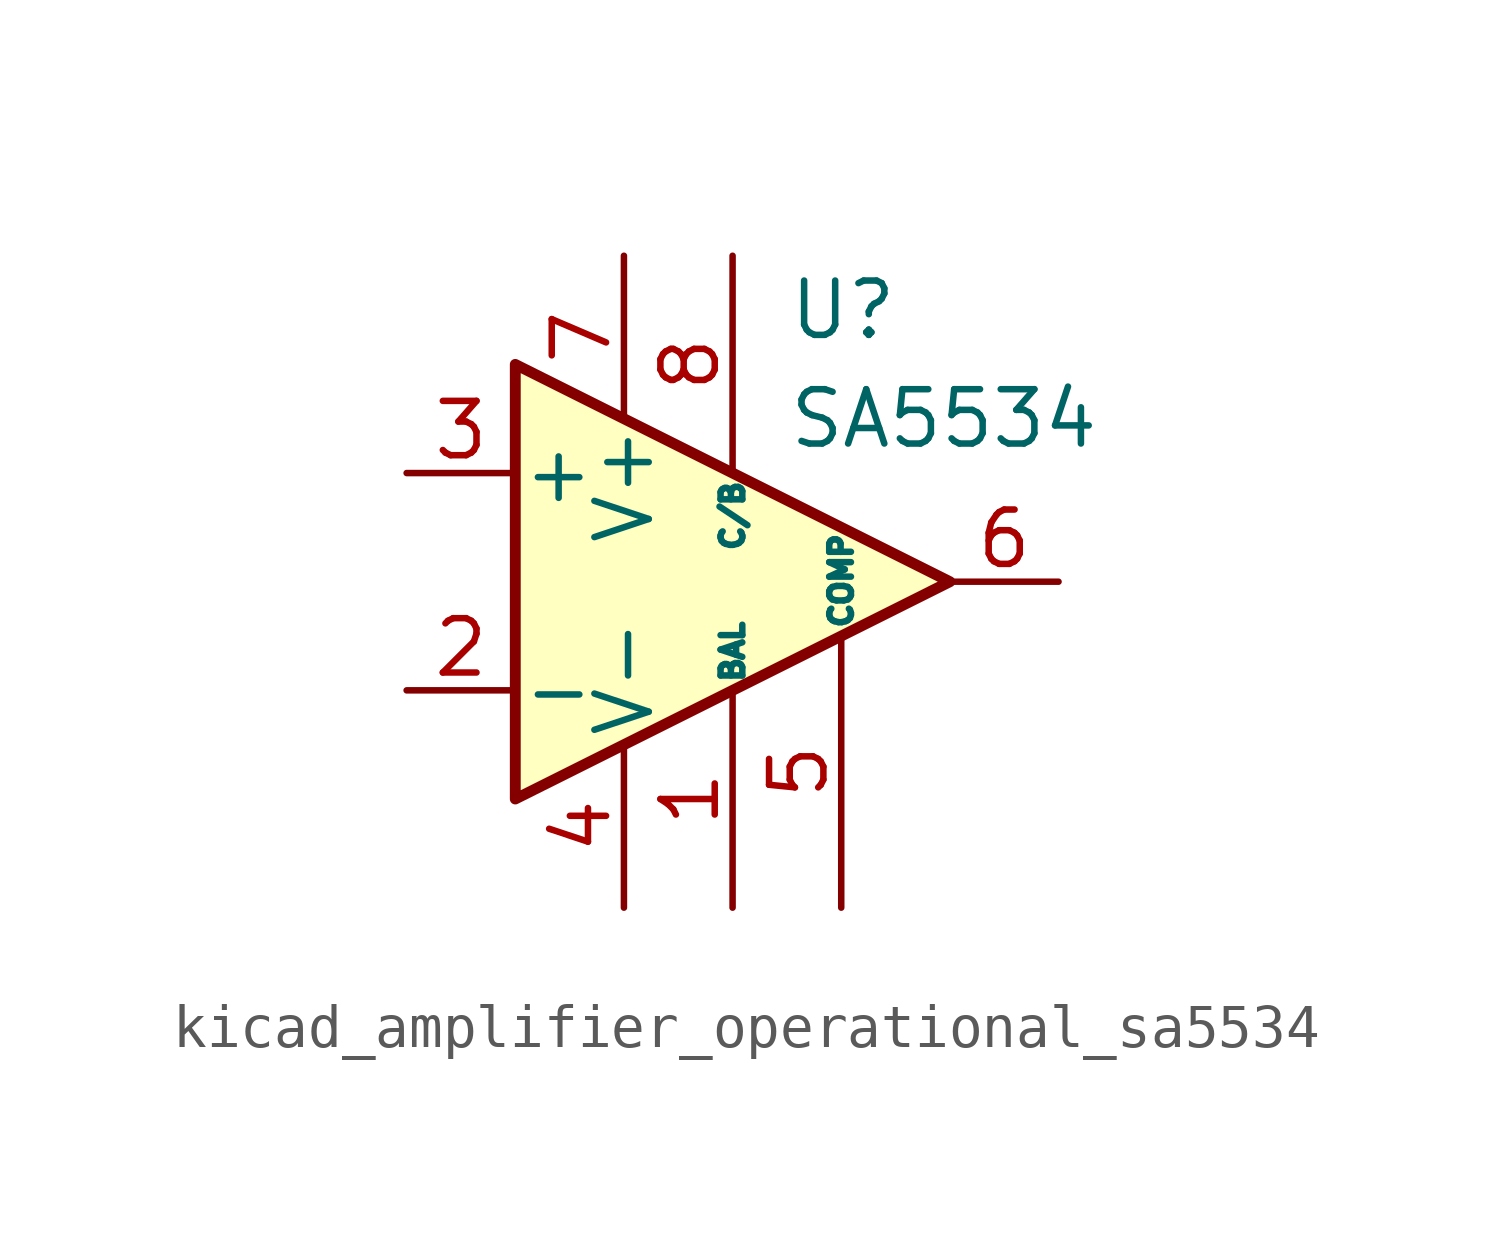
<source format=kicad_sym>
(kicad_symbol_lib
  (version 20220914)
  (generator kicad_symbol_editor)
  (symbol "kicad_amplifier_operational_sa5534"
    (pin_names
      (offset 0.127))
    (property "Reference" "U"
      (at 1.27 6.35 0)
      (effects (font (size 1.27 1.27)) (justify left)))
    (property "Value" "SA5534"
      (at 1.27 3.81 0)
      (effects (font (size 1.27 1.27)) (justify left)))
    (symbol "kicad_amplifier_operational_sa5534_0_1"
      (polyline (pts (xy -5.08 5.08) (xy 5.08 0) (xy -5.08 -5.08) (xy -5.08 5.08)) (stroke (width 0.254) (type default)) (fill (type background))))
    (symbol "kicad_amplifier_operational_sa5534_1_1"
      (pin input line (at 0 -7.62 90) (length 5.08) (name "BAL" (effects (font (size 0.508 0.508)))) (number "1" (effects (font (size 1.27 1.27)))))
      (pin input line (at -7.62 -2.54 0) (length 2.54) (name "-" (effects (font (size 1.27 1.27)))) (number "2" (effects (font (size 1.27 1.27)))))
      (pin input line (at -7.62 2.54 0) (length 2.54) (name "+" (effects (font (size 1.27 1.27)))) (number "3" (effects (font (size 1.27 1.27)))))
      (pin power_in line (at -2.54 -7.62 90) (length 3.81) (name "V-" (effects (font (size 1.27 1.27)))) (number "4" (effects (font (size 1.27 1.27)))))
      (pin input line (at 2.54 -7.62 90) (length 6.35) (name "COMP" (effects (font (size 0.508 0.508)))) (number "5" (effects (font (size 1.27 1.27)))))
      (pin output line (at 7.62 0 180) (length 2.54) (name "~" (effects (font (size 1.27 1.27)))) (number "6" (effects (font (size 1.27 1.27)))))
      (pin power_in line (at -2.54 7.62 270) (length 3.81) (name "V+" (effects (font (size 1.27 1.27)))) (number "7" (effects (font (size 1.27 1.27)))))
      (pin input line (at 0 7.62 270) (length 5.08) (name "C/B" (effects (font (size 0.508 0.508)))) (number "8" (effects (font (size 1.27 1.27))))))))
</source>
